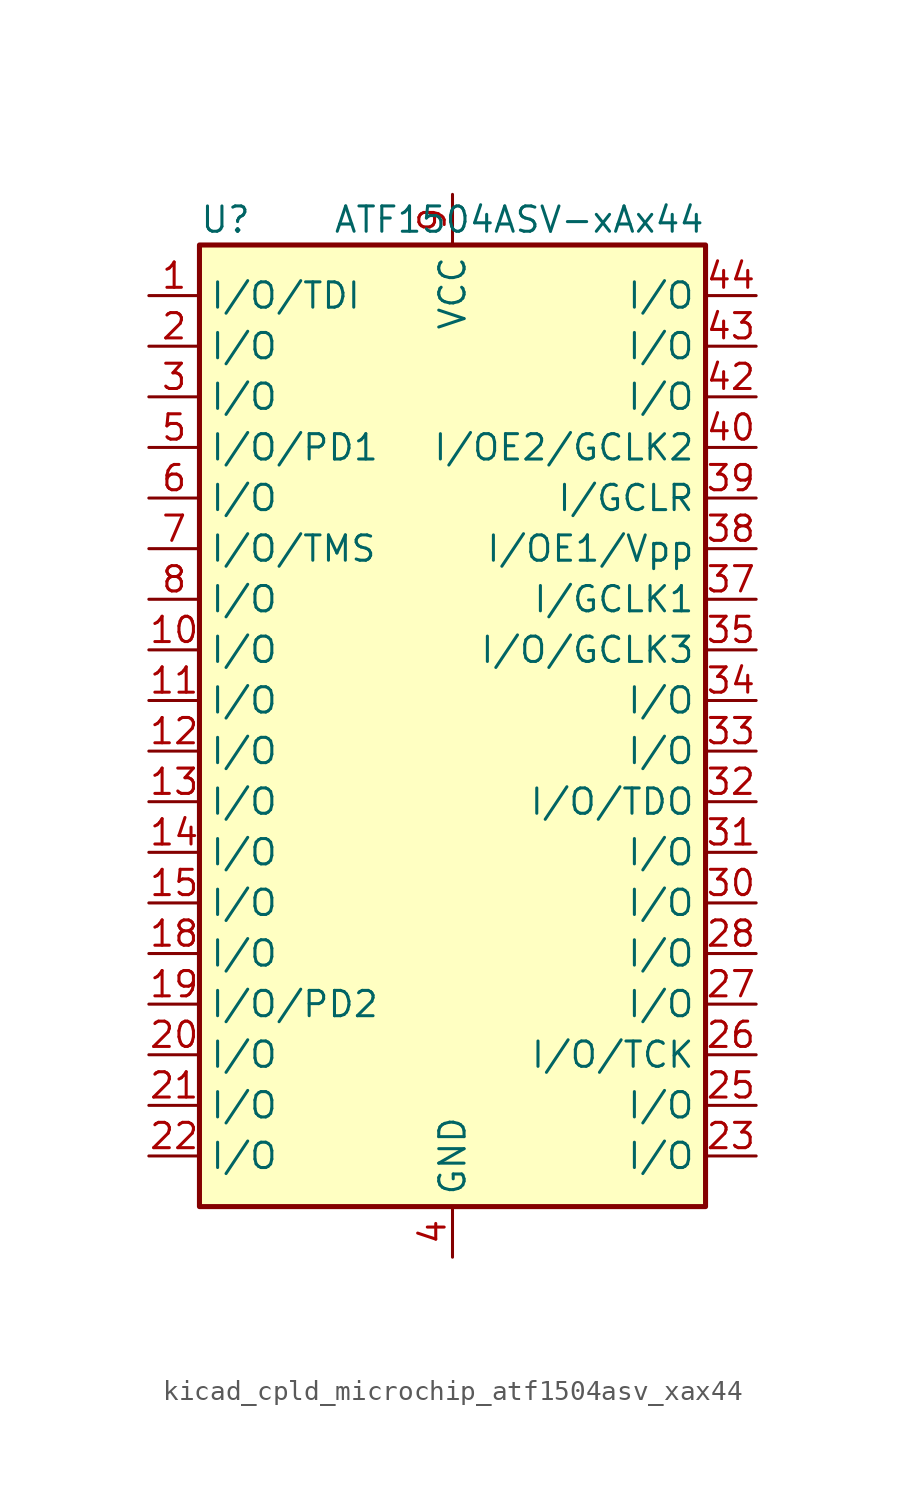
<source format=kicad_sym>
(kicad_symbol_lib
  (version 20220914)
  (generator kicad_symbol_editor)
  (symbol "kicad_cpld_microchip_atf1504asv_xax44"
    (property "Reference" "U"
      (at -12.7 24.13 0)
      (effects (font (size 1.27 1.27)) (justify left)))
    (property "Value" "ATF1504ASV-xAx44"
      (at 12.7 24.13 0)
      (effects (font (size 1.27 1.27)) (justify right)))
    (symbol "kicad_cpld_microchip_atf1504asv_xax44_0_1"
      (rectangle (start -12.7 22.86) (end 12.7 -25.4) (stroke (width 0.254) (type default)) (fill (type background))))
    (symbol "kicad_cpld_microchip_atf1504asv_xax44_1_1"
      (pin bidirectional line (at -15.24 20.32 0) (length 2.54) (name "I/O/TDI" (effects (font (size 1.27 1.27)))) (number "1" (effects (font (size 1.27 1.27)))))
      (pin bidirectional line (at -15.24 2.54 0) (length 2.54) (name "I/O" (effects (font (size 1.27 1.27)))) (number "10" (effects (font (size 1.27 1.27)))))
      (pin bidirectional line (at -15.24 0 0) (length 2.54) (name "I/O" (effects (font (size 1.27 1.27)))) (number "11" (effects (font (size 1.27 1.27)))))
      (pin bidirectional line (at -15.24 -2.54 0) (length 2.54) (name "I/O" (effects (font (size 1.27 1.27)))) (number "12" (effects (font (size 1.27 1.27)))))
      (pin bidirectional line (at -15.24 -5.08 0) (length 2.54) (name "I/O" (effects (font (size 1.27 1.27)))) (number "13" (effects (font (size 1.27 1.27)))))
      (pin bidirectional line (at -15.24 -7.62 0) (length 2.54) (name "I/O" (effects (font (size 1.27 1.27)))) (number "14" (effects (font (size 1.27 1.27)))))
      (pin bidirectional line (at -15.24 -10.16 0) (length 2.54) (name "I/O" (effects (font (size 1.27 1.27)))) (number "15" (effects (font (size 1.27 1.27)))))
      (pin passive line (at 0 -27.94 90) (length 2.54) hide (name "GND" (effects (font (size 1.27 1.27)))) (number "16" (effects (font (size 1.27 1.27)))))
      (pin passive line (at 0 25.4 270) (length 2.54) hide (name "VCC" (effects (font (size 1.27 1.27)))) (number "17" (effects (font (size 1.27 1.27)))))
      (pin bidirectional line (at -15.24 -12.7 0) (length 2.54) (name "I/O" (effects (font (size 1.27 1.27)))) (number "18" (effects (font (size 1.27 1.27)))))
      (pin bidirectional line (at -15.24 -15.24 0) (length 2.54) (name "I/O/PD2" (effects (font (size 1.27 1.27)))) (number "19" (effects (font (size 1.27 1.27)))))
      (pin bidirectional line (at -15.24 17.78 0) (length 2.54) (name "I/O" (effects (font (size 1.27 1.27)))) (number "2" (effects (font (size 1.27 1.27)))))
      (pin bidirectional line (at -15.24 -17.78 0) (length 2.54) (name "I/O" (effects (font (size 1.27 1.27)))) (number "20" (effects (font (size 1.27 1.27)))))
      (pin bidirectional line (at -15.24 -20.32 0) (length 2.54) (name "I/O" (effects (font (size 1.27 1.27)))) (number "21" (effects (font (size 1.27 1.27)))))
      (pin bidirectional line (at -15.24 -22.86 0) (length 2.54) (name "I/O" (effects (font (size 1.27 1.27)))) (number "22" (effects (font (size 1.27 1.27)))))
      (pin bidirectional line (at 15.24 -22.86 180) (length 2.54) (name "I/O" (effects (font (size 1.27 1.27)))) (number "23" (effects (font (size 1.27 1.27)))))
      (pin passive line (at 0 -27.94 90) (length 2.54) hide (name "GND" (effects (font (size 1.27 1.27)))) (number "24" (effects (font (size 1.27 1.27)))))
      (pin bidirectional line (at 15.24 -20.32 180) (length 2.54) (name "I/O" (effects (font (size 1.27 1.27)))) (number "25" (effects (font (size 1.27 1.27)))))
      (pin bidirectional line (at 15.24 -17.78 180) (length 2.54) (name "I/O/TCK" (effects (font (size 1.27 1.27)))) (number "26" (effects (font (size 1.27 1.27)))))
      (pin bidirectional line (at 15.24 -15.24 180) (length 2.54) (name "I/O" (effects (font (size 1.27 1.27)))) (number "27" (effects (font (size 1.27 1.27)))))
      (pin bidirectional line (at 15.24 -12.7 180) (length 2.54) (name "I/O" (effects (font (size 1.27 1.27)))) (number "28" (effects (font (size 1.27 1.27)))))
      (pin passive line (at 0 25.4 270) (length 2.54) hide (name "VCC" (effects (font (size 1.27 1.27)))) (number "29" (effects (font (size 1.27 1.27)))))
      (pin bidirectional line (at -15.24 15.24 0) (length 2.54) (name "I/O" (effects (font (size 1.27 1.27)))) (number "3" (effects (font (size 1.27 1.27)))))
      (pin bidirectional line (at 15.24 -10.16 180) (length 2.54) (name "I/O" (effects (font (size 1.27 1.27)))) (number "30" (effects (font (size 1.27 1.27)))))
      (pin bidirectional line (at 15.24 -7.62 180) (length 2.54) (name "I/O" (effects (font (size 1.27 1.27)))) (number "31" (effects (font (size 1.27 1.27)))))
      (pin bidirectional line (at 15.24 -5.08 180) (length 2.54) (name "I/O/TDO" (effects (font (size 1.27 1.27)))) (number "32" (effects (font (size 1.27 1.27)))))
      (pin bidirectional line (at 15.24 -2.54 180) (length 2.54) (name "I/O" (effects (font (size 1.27 1.27)))) (number "33" (effects (font (size 1.27 1.27)))))
      (pin bidirectional line (at 15.24 0 180) (length 2.54) (name "I/O" (effects (font (size 1.27 1.27)))) (number "34" (effects (font (size 1.27 1.27)))))
      (pin bidirectional line (at 15.24 2.54 180) (length 2.54) (name "I/O/GCLK3" (effects (font (size 1.27 1.27)))) (number "35" (effects (font (size 1.27 1.27)))))
      (pin passive line (at 0 -27.94 90) (length 2.54) hide (name "GND" (effects (font (size 1.27 1.27)))) (number "36" (effects (font (size 1.27 1.27)))))
      (pin input line (at 15.24 5.08 180) (length 2.54) (name "I/GCLK1" (effects (font (size 1.27 1.27)))) (number "37" (effects (font (size 1.27 1.27)))))
      (pin input line (at 15.24 7.62 180) (length 2.54) (name "I/OE1/Vpp" (effects (font (size 1.27 1.27)))) (number "38" (effects (font (size 1.27 1.27)))))
      (pin input line (at 15.24 10.16 180) (length 2.54) (name "I/GCLR" (effects (font (size 1.27 1.27)))) (number "39" (effects (font (size 1.27 1.27)))))
      (pin power_in line (at 0 -27.94 90) (length 2.54) (name "GND" (effects (font (size 1.27 1.27)))) (number "4" (effects (font (size 1.27 1.27)))))
      (pin input line (at 15.24 12.7 180) (length 2.54) (name "I/OE2/GCLK2" (effects (font (size 1.27 1.27)))) (number "40" (effects (font (size 1.27 1.27)))))
      (pin passive line (at 0 25.4 270) (length 2.54) hide (name "VCC" (effects (font (size 1.27 1.27)))) (number "41" (effects (font (size 1.27 1.27)))))
      (pin bidirectional line (at 15.24 15.24 180) (length 2.54) (name "I/O" (effects (font (size 1.27 1.27)))) (number "42" (effects (font (size 1.27 1.27)))))
      (pin bidirectional line (at 15.24 17.78 180) (length 2.54) (name "I/O" (effects (font (size 1.27 1.27)))) (number "43" (effects (font (size 1.27 1.27)))))
      (pin bidirectional line (at 15.24 20.32 180) (length 2.54) (name "I/O" (effects (font (size 1.27 1.27)))) (number "44" (effects (font (size 1.27 1.27)))))
      (pin bidirectional line (at -15.24 12.7 0) (length 2.54) (name "I/O/PD1" (effects (font (size 1.27 1.27)))) (number "5" (effects (font (size 1.27 1.27)))))
      (pin bidirectional line (at -15.24 10.16 0) (length 2.54) (name "I/O" (effects (font (size 1.27 1.27)))) (number "6" (effects (font (size 1.27 1.27)))))
      (pin bidirectional line (at -15.24 7.62 0) (length 2.54) (name "I/O/TMS" (effects (font (size 1.27 1.27)))) (number "7" (effects (font (size 1.27 1.27)))))
      (pin bidirectional line (at -15.24 5.08 0) (length 2.54) (name "I/O" (effects (font (size 1.27 1.27)))) (number "8" (effects (font (size 1.27 1.27)))))
      (pin power_in line (at 0 25.4 270) (length 2.54) (name "VCC" (effects (font (size 1.27 1.27)))) (number "9" (effects (font (size 1.27 1.27))))))))
</source>
